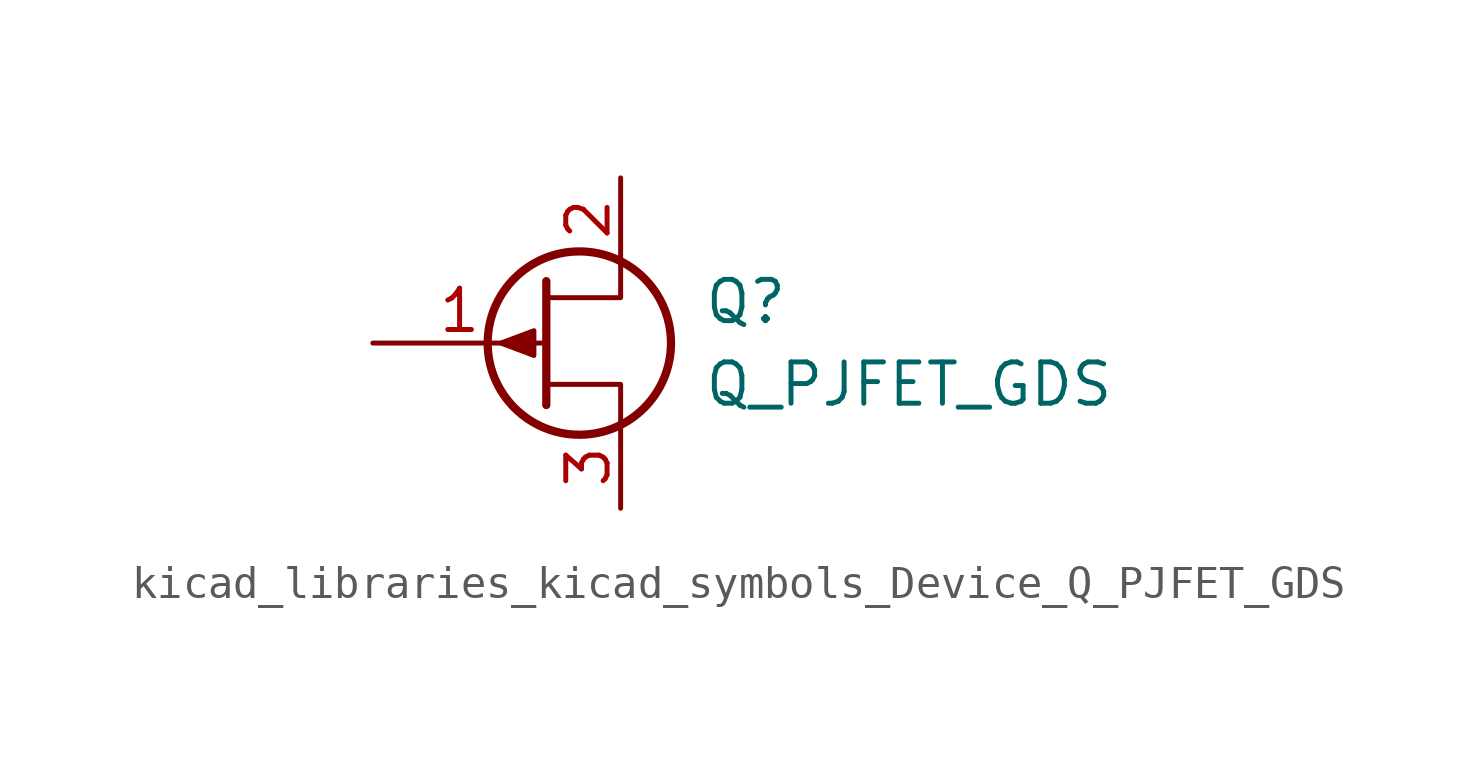
<source format=kicad_sym>
(kicad_symbol_lib
  (version 20220914)
  (generator kicad_symbol_editor)
  (symbol "kicad_libraries_kicad_symbols_Device_Q_PJFET_GDS"
    (pin_names
      (offset 0) hide)
    (property "Reference" "Q"
      (at 5.08 1.27 0)
      (effects (font (size 1.27 1.27)) (justify left)))
    (property "Value" "Q_PJFET_GDS"
      (at 5.08 -1.27 0)
      (effects (font (size 1.27 1.27)) (justify left)))
    (symbol "kicad_libraries_kicad_symbols_Device_Q_PJFET_GDS_0_1"
      (polyline (pts (xy 0.254 1.905) (xy 0.254 -1.905) (xy 0.254 -1.905)) (stroke (width 0.254) (type default)) (fill (type none)))
      (polyline (pts (xy 2.54 -2.54) (xy 2.54 -1.27) (xy 0.254 -1.27)) (stroke (width 0) (type default)) (fill (type none)))
      (polyline (pts (xy 2.54 2.54) (xy 2.54 1.397) (xy 0.254 1.397)) (stroke (width 0) (type default)) (fill (type none)))
      (polyline (pts (xy -1.143 0) (xy -0.127 0.381) (xy -0.127 -0.381) (xy -1.143 0)) (stroke (width 0) (type default)) (fill (type outline)))
      (circle (center 1.27 0) (radius 2.819) (stroke (width 0.254) (type default)) (fill (type none))))
    (symbol "kicad_libraries_kicad_symbols_Device_Q_PJFET_GDS_1_1"
      (pin input line (at -5.08 0 0) (length 5.334) (name "G" (effects (font (size 1.27 1.27)))) (number "1" (effects (font (size 1.27 1.27)))))
      (pin passive line (at 2.54 5.08 270) (length 2.54) (name "D" (effects (font (size 1.27 1.27)))) (number "2" (effects (font (size 1.27 1.27)))))
      (pin passive line (at 2.54 -5.08 90) (length 2.54) (name "S" (effects (font (size 1.27 1.27)))) (number "3" (effects (font (size 1.27 1.27))))))))
</source>
